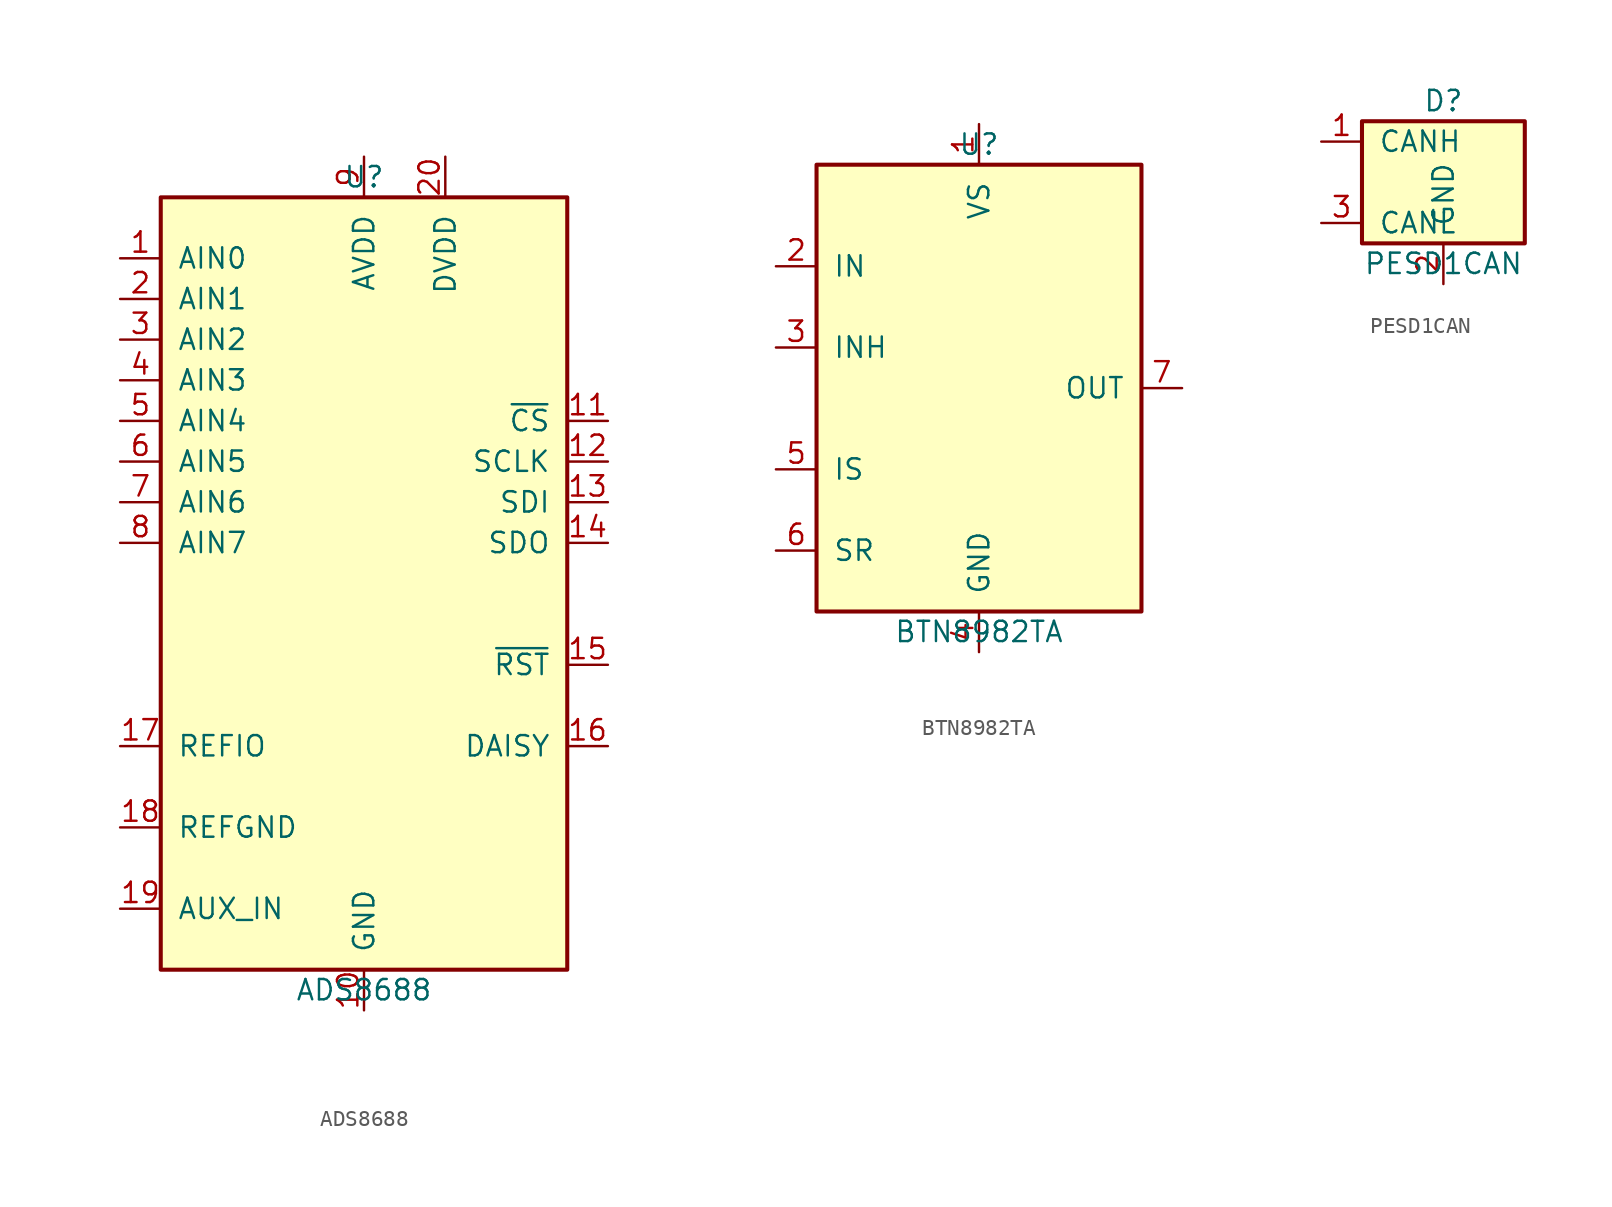
<source format=kicad_sym>
(kicad_symbol_lib
  (version 20231120)
  (generator "kicad_symbol_editor")
  (generator_version "8.0")
  (symbol "ADS8688"
    (pin_names
      (offset 1.016))
    (property "Reference" "U"
      (at 0 25.4 0)
      (effects (font (size 1.27 1.27))))
    (property "Value" "ADS8688"
      (at 0 -25.4 0)
      (effects (font (size 1.27 1.27))))
    (symbol "ADS8688_0_1"
      (rectangle (start -12.7 24.13) (end 12.7 -24.13) (stroke (width 0.254) (type default)) (fill (type background))))
    (symbol "ADS8688_1_1"
      (pin input line (at -15.24 20.32 0) (length 2.54) (name "AIN0" (effects (font (size 1.27 1.27)))) (number "1" (effects (font (size 1.27 1.27)))))
      (pin input line (at -15.24 17.78 0) (length 2.54) (name "AIN1" (effects (font (size 1.27 1.27)))) (number "2" (effects (font (size 1.27 1.27)))))
      (pin input line (at -15.24 15.24 0) (length 2.54) (name "AIN2" (effects (font (size 1.27 1.27)))) (number "3" (effects (font (size 1.27 1.27)))))
      (pin input line (at -15.24 12.7 0) (length 2.54) (name "AIN3" (effects (font (size 1.27 1.27)))) (number "4" (effects (font (size 1.27 1.27)))))
      (pin input line (at -15.24 10.16 0) (length 2.54) (name "AIN4" (effects (font (size 1.27 1.27)))) (number "5" (effects (font (size 1.27 1.27)))))
      (pin input line (at -15.24 7.62 0) (length 2.54) (name "AIN5" (effects (font (size 1.27 1.27)))) (number "6" (effects (font (size 1.27 1.27)))))
      (pin input line (at -15.24 5.08 0) (length 2.54) (name "AIN6" (effects (font (size 1.27 1.27)))) (number "7" (effects (font (size 1.27 1.27)))))
      (pin input line (at -15.24 2.54 0) (length 2.54) (name "AIN7" (effects (font (size 1.27 1.27)))) (number "8" (effects (font (size 1.27 1.27)))))
      (pin power_in line (at 0 26.67 270) (length 2.54) (name "AVDD" (effects (font (size 1.27 1.27)))) (number "9" (effects (font (size 1.27 1.27)))))
      (pin power_in line (at 0 -26.67 90) (length 2.54) (name "GND" (effects (font (size 1.27 1.27)))) (number "10" (effects (font (size 1.27 1.27)))))
      (pin input line (at 15.24 10.16 180) (length 2.54) (name "~{CS}" (effects (font (size 1.27 1.27)))) (number "11" (effects (font (size 1.27 1.27)))))
      (pin input line (at 15.24 7.62 180) (length 2.54) (name "SCLK" (effects (font (size 1.27 1.27)))) (number "12" (effects (font (size 1.27 1.27)))))
      (pin input line (at 15.24 5.08 180) (length 2.54) (name "SDI" (effects (font (size 1.27 1.27)))) (number "13" (effects (font (size 1.27 1.27)))))
      (pin output line (at 15.24 2.54 180) (length 2.54) (name "SDO" (effects (font (size 1.27 1.27)))) (number "14" (effects (font (size 1.27 1.27)))))
      (pin input line (at 15.24 -5.08 180) (length 2.54) (name "~{RST}" (effects (font (size 1.27 1.27)))) (number "15" (effects (font (size 1.27 1.27)))))
      (pin output line (at 15.24 -10.16 180) (length 2.54) (name "DAISY" (effects (font (size 1.27 1.27)))) (number "16" (effects (font (size 1.27 1.27)))))
      (pin power_in line (at -15.24 -10.16 0) (length 2.54) (name "REFIO" (effects (font (size 1.27 1.27)))) (number "17" (effects (font (size 1.27 1.27)))))
      (pin input line (at -15.24 -15.24 0) (length 2.54) (name "REFGND" (effects (font (size 1.27 1.27)))) (number "18" (effects (font (size 1.27 1.27)))))
      (pin input line (at -15.24 -20.32 0) (length 2.54) (name "AUX_IN" (effects (font (size 1.27 1.27)))) (number "19" (effects (font (size 1.27 1.27)))))
      (pin power_in line (at 5.08 26.67 270) (length 2.54) (name "DVDD" (effects (font (size 1.27 1.27)))) (number "20" (effects (font (size 1.27 1.27)))))))
  (symbol "BTN8982TA"
    (pin_names
      (offset 1.016))
    (property "Reference" "U"
      (at 0 15.24 0)
      (effects (font (size 1.27 1.27))))
    (property "Value" "BTN8982TA"
      (at 0 -15.24 0)
      (effects (font (size 1.27 1.27))))
    (symbol "BTN8982TA_0_1"
      (rectangle (start -10.16 13.97) (end 10.16 -13.97) (stroke (width 0.254) (type default)) (fill (type background))))
    (symbol "BTN8982TA_1_1"
      (pin power_in line (at 0 16.51 270) (length 2.54) (name "VS" (effects (font (size 1.27 1.27)))) (number "1" (effects (font (size 1.27 1.27)))))
      (pin input line (at -12.7 7.62 0) (length 2.54) (name "IN" (effects (font (size 1.27 1.27)))) (number "2" (effects (font (size 1.27 1.27)))))
      (pin input line (at -12.7 2.54 0) (length 2.54) (name "INH" (effects (font (size 1.27 1.27)))) (number "3" (effects (font (size 1.27 1.27)))))
      (pin power_in line (at 0 -16.51 90) (length 2.54) (name "GND" (effects (font (size 1.27 1.27)))) (number "4" (effects (font (size 1.27 1.27)))))
      (pin output line (at -12.7 -5.08 0) (length 2.54) (name "IS" (effects (font (size 1.27 1.27)))) (number "5" (effects (font (size 1.27 1.27)))))
      (pin output line (at -12.7 -10.16 0) (length 2.54) (name "SR" (effects (font (size 1.27 1.27)))) (number "6" (effects (font (size 1.27 1.27)))))
      (pin power_out line (at 12.7 0 180) (length 2.54) (name "OUT" (effects (font (size 1.27 1.27)))) (number "7" (effects (font (size 1.27 1.27)))))))
  (symbol "PESD1CAN"
    (pin_names
      (offset 1.016))
    (property "Reference" "D"
      (at 0 5.08 0)
      (effects (font (size 1.27 1.27))))
    (property "Value" "PESD1CAN"
      (at 0 -5.08 0)
      (effects (font (size 1.27 1.27))))
    (symbol "PESD1CAN_0_1"
      (rectangle (start -5.08 3.81) (end 5.08 -3.81) (stroke (width 0.254) (type default)) (fill (type background))))
    (symbol "PESD1CAN_1_1"
      (pin bidirectional line (at -7.62 2.54 0) (length 2.54) (name "CANH" (effects (font (size 1.27 1.27)))) (number "1" (effects (font (size 1.27 1.27)))))
      (pin power_in line (at 0 -6.35 90) (length 2.54) (name "GND" (effects (font (size 1.27 1.27)))) (number "2" (effects (font (size 1.27 1.27)))))
      (pin bidirectional line (at -7.62 -2.54 0) (length 2.54) (name "CANL" (effects (font (size 1.27 1.27)))) (number "3" (effects (font (size 1.27 1.27))))))))
</source>
